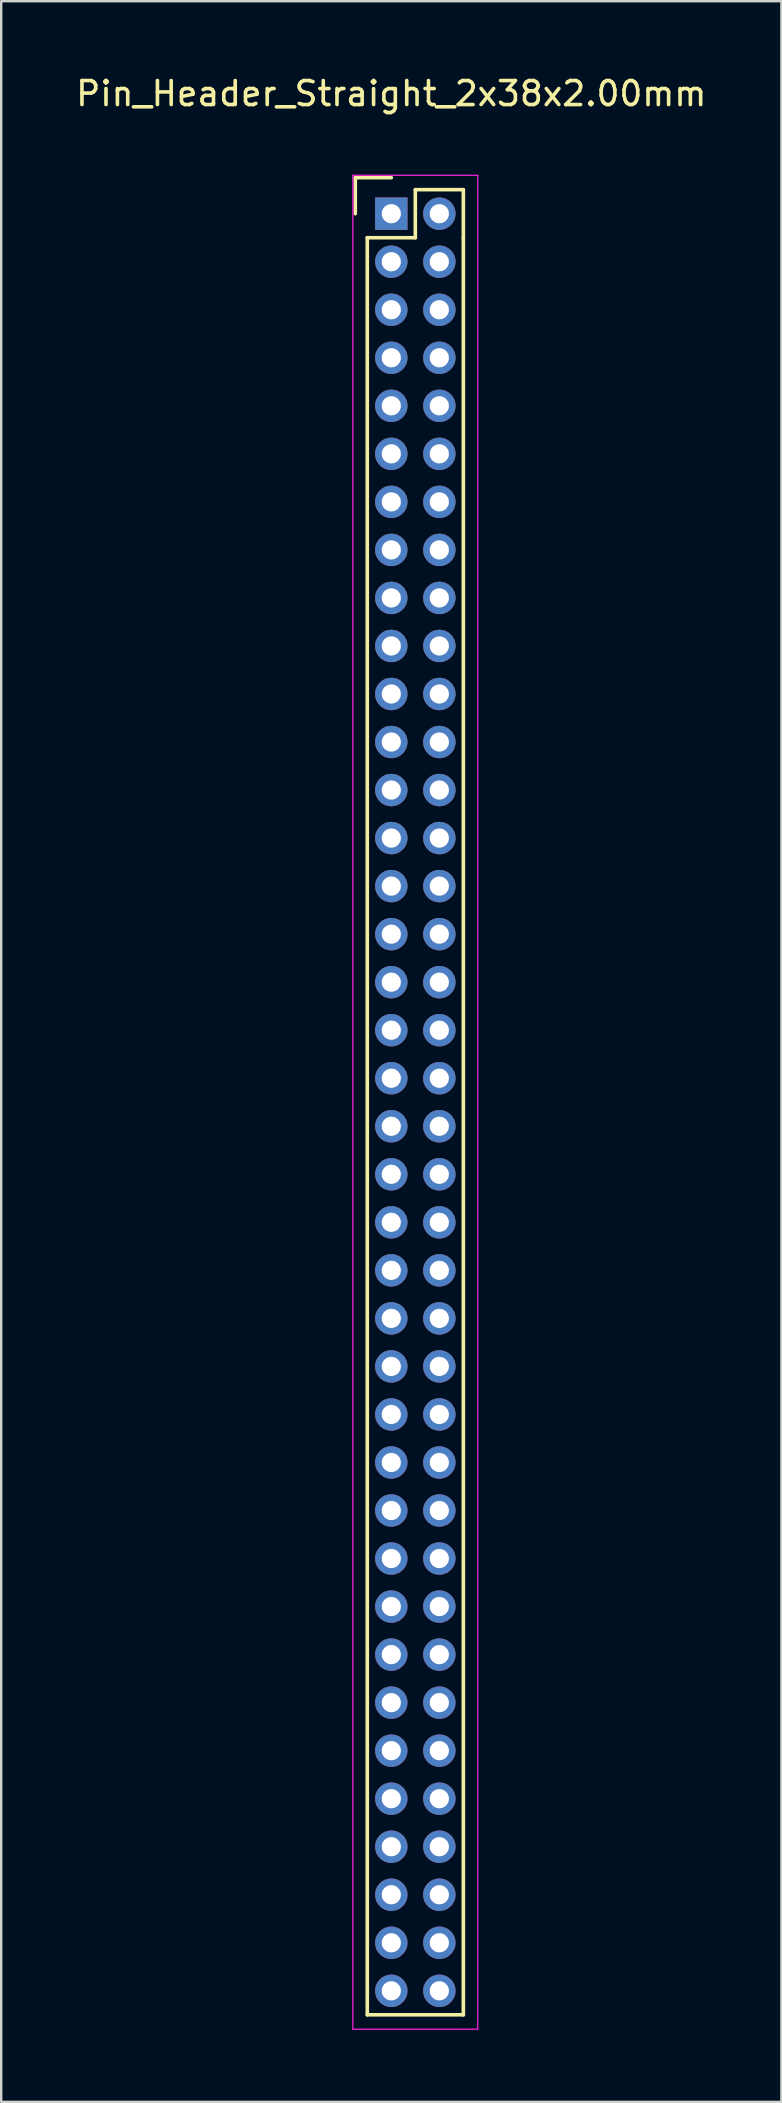
<source format=kicad_pcb>
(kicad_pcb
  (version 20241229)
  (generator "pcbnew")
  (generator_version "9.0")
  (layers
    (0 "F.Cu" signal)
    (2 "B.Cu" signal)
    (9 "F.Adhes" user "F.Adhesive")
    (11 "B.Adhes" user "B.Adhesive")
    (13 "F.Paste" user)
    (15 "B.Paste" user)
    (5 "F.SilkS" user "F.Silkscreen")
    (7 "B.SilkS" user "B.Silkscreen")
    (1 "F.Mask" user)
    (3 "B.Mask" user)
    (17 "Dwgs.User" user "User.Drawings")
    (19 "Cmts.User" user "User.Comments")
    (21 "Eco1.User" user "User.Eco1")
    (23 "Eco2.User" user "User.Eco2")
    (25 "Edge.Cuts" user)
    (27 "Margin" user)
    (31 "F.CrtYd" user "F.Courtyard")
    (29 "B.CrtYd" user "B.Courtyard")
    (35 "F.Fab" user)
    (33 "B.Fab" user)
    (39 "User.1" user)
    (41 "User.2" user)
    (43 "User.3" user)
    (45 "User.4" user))
  (footprint "Pin_Header_Straight_2x38x2.00mm"
    (layer "F.Cu")
    (at 13.244 5.848)
    (property "Reference" "Pin_Header_Straight_2x38x2.00mm" (at 0 -5 0) (layer "F.SilkS") (effects (font (size 1 1) (thickness 0.15))))
    (attr through_hole)
    (fp_line (start -1.5 -1.5) (end 0 -1.5) (stroke (width 0.15) (type solid)) (layer "F.SilkS"))
    (fp_line (start -1.5 0) (end -1.5 -1.5) (stroke (width 0.15) (type solid)) (layer "F.SilkS"))
    (fp_line (start -1 1) (end 1 1) (stroke (width 0.15) (type solid)) (layer "F.SilkS"))
    (fp_line (start -1 75) (end -1 1) (stroke (width 0.15) (type solid)) (layer "F.SilkS"))
    (fp_line (start 1 -1) (end 3 -1) (stroke (width 0.15) (type solid)) (layer "F.SilkS"))
    (fp_line (start 1 1) (end 1 -1) (stroke (width 0.15) (type solid)) (layer "F.SilkS"))
    (fp_line (start 3 -1) (end 3 1) (stroke (width 0.15) (type solid)) (layer "F.SilkS"))
    (fp_line (start 3 1) (end 3 75) (stroke (width 0.15) (type solid)) (layer "F.SilkS"))
    (fp_line (start 3 75) (end -1 75) (stroke (width 0.15) (type solid)) (layer "F.SilkS"))
    (fp_line (start -1.6 -1.6) (end 3.6 -1.6) (stroke (width 0.05) (type solid)) (layer "F.CrtYd"))
    (fp_line (start -1.6 75.6) (end -1.6 -1.6) (stroke (width 0.05) (type solid)) (layer "F.CrtYd"))
    (fp_line (start 3.6 -1.6) (end 3.6 75.6) (stroke (width 0.05) (type solid)) (layer "F.CrtYd"))
    (fp_line (start 3.6 75.6) (end -1.6 75.6) (stroke (width 0.05) (type solid)) (layer "F.CrtYd"))
    (pad "1" thru_hole rect (at 0 0) (size 1.35 1.35) (drill 0.8) (layers "*.Cu" "*.Mask"))
    (pad "2" thru_hole circle (at 2 0) (size 1.35 1.35) (drill 0.8) (layers "*.Cu" "*.Mask"))
    (pad "3" thru_hole circle (at 0 2) (size 1.35 1.35) (drill 0.8) (layers "*.Cu" "*.Mask"))
    (pad "4" thru_hole circle (at 2 2) (size 1.35 1.35) (drill 0.8) (layers "*.Cu" "*.Mask"))
    (pad "5" thru_hole circle (at 0 4) (size 1.35 1.35) (drill 0.8) (layers "*.Cu" "*.Mask"))
    (pad "6" thru_hole circle (at 2 4) (size 1.35 1.35) (drill 0.8) (layers "*.Cu" "*.Mask"))
    (pad "7" thru_hole circle (at 0 6) (size 1.35 1.35) (drill 0.8) (layers "*.Cu" "*.Mask"))
    (pad "8" thru_hole circle (at 2 6) (size 1.35 1.35) (drill 0.8) (layers "*.Cu" "*.Mask"))
    (pad "9" thru_hole circle (at 0 8) (size 1.35 1.35) (drill 0.8) (layers "*.Cu" "*.Mask"))
    (pad "10" thru_hole circle (at 2 8) (size 1.35 1.35) (drill 0.8) (layers "*.Cu" "*.Mask"))
    (pad "11" thru_hole circle (at 0 10) (size 1.35 1.35) (drill 0.8) (layers "*.Cu" "*.Mask"))
    (pad "12" thru_hole circle (at 2 10) (size 1.35 1.35) (drill 0.8) (layers "*.Cu" "*.Mask"))
    (pad "13" thru_hole circle (at 0 12) (size 1.35 1.35) (drill 0.8) (layers "*.Cu" "*.Mask"))
    (pad "14" thru_hole circle (at 2 12) (size 1.35 1.35) (drill 0.8) (layers "*.Cu" "*.Mask"))
    (pad "15" thru_hole circle (at 0 14) (size 1.35 1.35) (drill 0.8) (layers "*.Cu" "*.Mask"))
    (pad "16" thru_hole circle (at 2 14) (size 1.35 1.35) (drill 0.8) (layers "*.Cu" "*.Mask"))
    (pad "17" thru_hole circle (at 0 16) (size 1.35 1.35) (drill 0.8) (layers "*.Cu" "*.Mask"))
    (pad "18" thru_hole circle (at 2 16) (size 1.35 1.35) (drill 0.8) (layers "*.Cu" "*.Mask"))
    (pad "19" thru_hole circle (at 0 18) (size 1.35 1.35) (drill 0.8) (layers "*.Cu" "*.Mask"))
    (pad "20" thru_hole circle (at 2 18) (size 1.35 1.35) (drill 0.8) (layers "*.Cu" "*.Mask"))
    (pad "21" thru_hole circle (at 0 20) (size 1.35 1.35) (drill 0.8) (layers "*.Cu" "*.Mask"))
    (pad "22" thru_hole circle (at 2 20) (size 1.35 1.35) (drill 0.8) (layers "*.Cu" "*.Mask"))
    (pad "23" thru_hole circle (at 0 22) (size 1.35 1.35) (drill 0.8) (layers "*.Cu" "*.Mask"))
    (pad "24" thru_hole circle (at 2 22) (size 1.35 1.35) (drill 0.8) (layers "*.Cu" "*.Mask"))
    (pad "25" thru_hole circle (at 0 24) (size 1.35 1.35) (drill 0.8) (layers "*.Cu" "*.Mask"))
    (pad "26" thru_hole circle (at 2 24) (size 1.35 1.35) (drill 0.8) (layers "*.Cu" "*.Mask"))
    (pad "27" thru_hole circle (at 0 26) (size 1.35 1.35) (drill 0.8) (layers "*.Cu" "*.Mask"))
    (pad "28" thru_hole circle (at 2 26) (size 1.35 1.35) (drill 0.8) (layers "*.Cu" "*.Mask"))
    (pad "29" thru_hole circle (at 0 28) (size 1.35 1.35) (drill 0.8) (layers "*.Cu" "*.Mask"))
    (pad "30" thru_hole circle (at 2 28) (size 1.35 1.35) (drill 0.8) (layers "*.Cu" "*.Mask"))
    (pad "31" thru_hole circle (at 0 30) (size 1.35 1.35) (drill 0.8) (layers "*.Cu" "*.Mask"))
    (pad "32" thru_hole circle (at 2 30) (size 1.35 1.35) (drill 0.8) (layers "*.Cu" "*.Mask"))
    (pad "33" thru_hole circle (at 0 32) (size 1.35 1.35) (drill 0.8) (layers "*.Cu" "*.Mask"))
    (pad "34" thru_hole circle (at 2 32) (size 1.35 1.35) (drill 0.8) (layers "*.Cu" "*.Mask"))
    (pad "35" thru_hole circle (at 0 34) (size 1.35 1.35) (drill 0.8) (layers "*.Cu" "*.Mask"))
    (pad "36" thru_hole circle (at 2 34) (size 1.35 1.35) (drill 0.8) (layers "*.Cu" "*.Mask"))
    (pad "37" thru_hole circle (at 0 36) (size 1.35 1.35) (drill 0.8) (layers "*.Cu" "*.Mask"))
    (pad "38" thru_hole circle (at 2 36) (size 1.35 1.35) (drill 0.8) (layers "*.Cu" "*.Mask"))
    (pad "39" thru_hole circle (at 0 38) (size 1.35 1.35) (drill 0.8) (layers "*.Cu" "*.Mask"))
    (pad "40" thru_hole circle (at 2 38) (size 1.35 1.35) (drill 0.8) (layers "*.Cu" "*.Mask"))
    (pad "41" thru_hole circle (at 0 40) (size 1.35 1.35) (drill 0.8) (layers "*.Cu" "*.Mask"))
    (pad "42" thru_hole circle (at 2 40) (size 1.35 1.35) (drill 0.8) (layers "*.Cu" "*.Mask"))
    (pad "43" thru_hole circle (at 0 42) (size 1.35 1.35) (drill 0.8) (layers "*.Cu" "*.Mask"))
    (pad "44" thru_hole circle (at 2 42) (size 1.35 1.35) (drill 0.8) (layers "*.Cu" "*.Mask"))
    (pad "45" thru_hole circle (at 0 44) (size 1.35 1.35) (drill 0.8) (layers "*.Cu" "*.Mask"))
    (pad "46" thru_hole circle (at 2 44) (size 1.35 1.35) (drill 0.8) (layers "*.Cu" "*.Mask"))
    (pad "47" thru_hole circle (at 0 46) (size 1.35 1.35) (drill 0.8) (layers "*.Cu" "*.Mask"))
    (pad "48" thru_hole circle (at 2 46) (size 1.35 1.35) (drill 0.8) (layers "*.Cu" "*.Mask"))
    (pad "49" thru_hole circle (at 0 48) (size 1.35 1.35) (drill 0.8) (layers "*.Cu" "*.Mask"))
    (pad "50" thru_hole circle (at 2 48) (size 1.35 1.35) (drill 0.8) (layers "*.Cu" "*.Mask"))
    (pad "51" thru_hole circle (at 0 50) (size 1.35 1.35) (drill 0.8) (layers "*.Cu" "*.Mask"))
    (pad "52" thru_hole circle (at 2 50) (size 1.35 1.35) (drill 0.8) (layers "*.Cu" "*.Mask"))
    (pad "53" thru_hole circle (at 0 52) (size 1.35 1.35) (drill 0.8) (layers "*.Cu" "*.Mask"))
    (pad "54" thru_hole circle (at 2 52) (size 1.35 1.35) (drill 0.8) (layers "*.Cu" "*.Mask"))
    (pad "55" thru_hole circle (at 0 54) (size 1.35 1.35) (drill 0.8) (layers "*.Cu" "*.Mask"))
    (pad "56" thru_hole circle (at 2 54) (size 1.35 1.35) (drill 0.8) (layers "*.Cu" "*.Mask"))
    (pad "57" thru_hole circle (at 0 56) (size 1.35 1.35) (drill 0.8) (layers "*.Cu" "*.Mask"))
    (pad "58" thru_hole circle (at 2 56) (size 1.35 1.35) (drill 0.8) (layers "*.Cu" "*.Mask"))
    (pad "59" thru_hole circle (at 0 58) (size 1.35 1.35) (drill 0.8) (layers "*.Cu" "*.Mask"))
    (pad "60" thru_hole circle (at 2 58) (size 1.35 1.35) (drill 0.8) (layers "*.Cu" "*.Mask"))
    (pad "61" thru_hole circle (at 0 60) (size 1.35 1.35) (drill 0.8) (layers "*.Cu" "*.Mask"))
    (pad "62" thru_hole circle (at 2 60) (size 1.35 1.35) (drill 0.8) (layers "*.Cu" "*.Mask"))
    (pad "63" thru_hole circle (at 0 62) (size 1.35 1.35) (drill 0.8) (layers "*.Cu" "*.Mask"))
    (pad "64" thru_hole circle (at 2 62) (size 1.35 1.35) (drill 0.8) (layers "*.Cu" "*.Mask"))
    (pad "65" thru_hole circle (at 0 64) (size 1.35 1.35) (drill 0.8) (layers "*.Cu" "*.Mask"))
    (pad "66" thru_hole circle (at 2 64) (size 1.35 1.35) (drill 0.8) (layers "*.Cu" "*.Mask"))
    (pad "67" thru_hole circle (at 0 66) (size 1.35 1.35) (drill 0.8) (layers "*.Cu" "*.Mask"))
    (pad "68" thru_hole circle (at 2 66) (size 1.35 1.35) (drill 0.8) (layers "*.Cu" "*.Mask"))
    (pad "69" thru_hole circle (at 0 68) (size 1.35 1.35) (drill 0.8) (layers "*.Cu" "*.Mask"))
    (pad "70" thru_hole circle (at 2 68) (size 1.35 1.35) (drill 0.8) (layers "*.Cu" "*.Mask"))
    (pad "71" thru_hole circle (at 0 70) (size 1.35 1.35) (drill 0.8) (layers "*.Cu" "*.Mask"))
    (pad "72" thru_hole circle (at 2 70) (size 1.35 1.35) (drill 0.8) (layers "*.Cu" "*.Mask"))
    (pad "73" thru_hole circle (at 0 72) (size 1.35 1.35) (drill 0.8) (layers "*.Cu" "*.Mask"))
    (pad "74" thru_hole circle (at 2 72) (size 1.35 1.35) (drill 0.8) (layers "*.Cu" "*.Mask"))
    (pad "75" thru_hole circle (at 0 74) (size 1.35 1.35) (drill 0.8) (layers "*.Cu" "*.Mask"))
    (pad "76" thru_hole circle (at 2 74) (size 1.35 1.35) (drill 0.8) (layers "*.Cu" "*.Mask")))
  (gr_rect
    (start -3 -3)
    (end 29.488 84.473)
    (stroke (width 0.1) (type default))
    (fill no)
    (layer "Edge.Cuts")))
</source>
